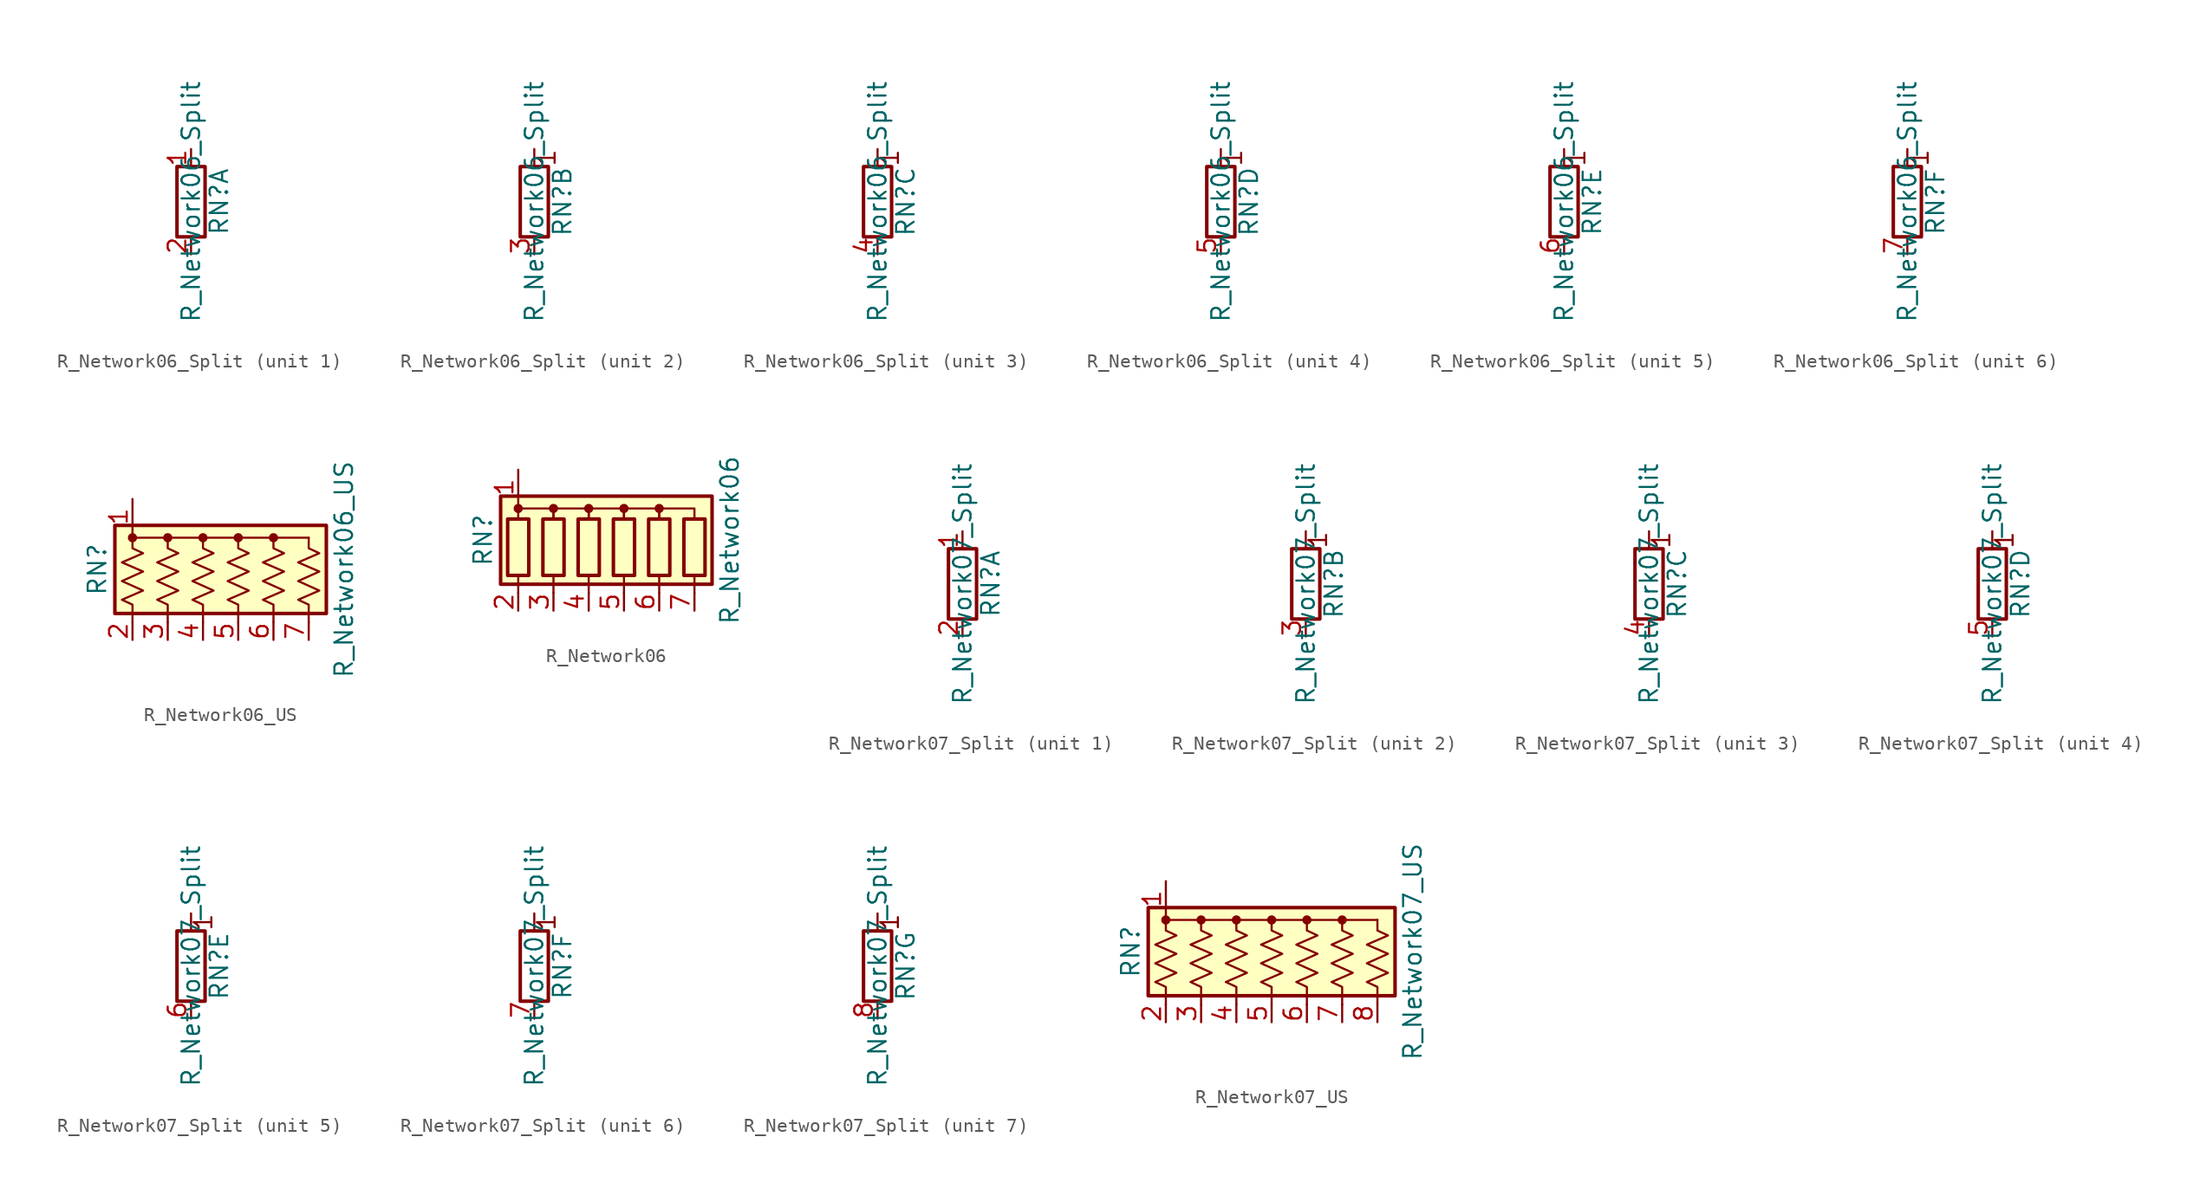
<source format=kicad_sym>
(kicad_symbol_lib
  (version 20241209)
  (generator "kicad_symbol_editor")
  (generator_version "9.0")
  (symbol "R_Network06_Split"
    (pin_names
      (offset 0)
      (hide yes))
    (property "Reference" "RN"
      (at 2.032 0 90)
      (effects (font (size 1.27 1.27))))
    (property "Value" "R_Network06_Split"
      (at 0 0 90)
      (effects (font (size 1.27 1.27))))
    (symbol "R_Network06_Split_0_1"
      (rectangle (start 1.016 2.54) (end -1.016 -2.54) (stroke (width 0.254) (type solid)) (fill (type none))))
    (symbol "R_Network06_Split_1_1"
      (pin passive line (at 0 3.81 270) (length 1.27) (name "R1.1" (effects (font (size 1.27 1.27)))) (number "1" (effects (font (size 1.27 1.27)))))
      (pin passive line (at 0 -3.81 90) (length 1.27) (name "R1.2" (effects (font (size 1.27 1.27)))) (number "2" (effects (font (size 1.27 1.27))))))
    (symbol "R_Network06_Split_2_1"
      (polyline (pts (xy 0 2.54) (xy 0 3.81)) (stroke (width 0) (type solid)) (fill (type none)))
      (text "1" (at 0.889 3.175 900) (effects (font (size 1.27 1.27))))
      (pin passive line (at 0 -3.81 90) (length 1.27) (name "R2.2" (effects (font (size 1.27 1.27)))) (number "3" (effects (font (size 1.27 1.27))))))
    (symbol "R_Network06_Split_3_1"
      (polyline (pts (xy 0 2.54) (xy 0 3.81)) (stroke (width 0) (type solid)) (fill (type none)))
      (text "1" (at 0.889 3.175 900) (effects (font (size 1.27 1.27))))
      (pin passive line (at 0 -3.81 90) (length 1.27) (name "R3.2" (effects (font (size 1.27 1.27)))) (number "4" (effects (font (size 1.27 1.27))))))
    (symbol "R_Network06_Split_4_1"
      (polyline (pts (xy 0 2.54) (xy 0 3.81)) (stroke (width 0) (type solid)) (fill (type none)))
      (text "1" (at 0.889 3.175 900) (effects (font (size 1.27 1.27))))
      (pin passive line (at 0 -3.81 90) (length 1.27) (name "R4.2" (effects (font (size 1.27 1.27)))) (number "5" (effects (font (size 1.27 1.27))))))
    (symbol "R_Network06_Split_5_1"
      (polyline (pts (xy 0 2.54) (xy 0 3.81)) (stroke (width 0) (type solid)) (fill (type none)))
      (text "1" (at 0.889 3.175 900) (effects (font (size 1.27 1.27))))
      (pin passive line (at 0 -3.81 90) (length 1.27) (name "R5.2" (effects (font (size 1.27 1.27)))) (number "6" (effects (font (size 1.27 1.27))))))
    (symbol "R_Network06_Split_6_1"
      (polyline (pts (xy 0 2.54) (xy 0 3.81)) (stroke (width 0) (type solid)) (fill (type none)))
      (text "1" (at 0.889 3.175 900) (effects (font (size 1.27 1.27))))
      (pin passive line (at 0 -3.81 90) (length 1.27) (name "R6.2" (effects (font (size 1.27 1.27)))) (number "7" (effects (font (size 1.27 1.27)))))))
  (symbol "R_Network06_US"
    (pin_names
      (offset 0)
      (hide yes))
    (property "Reference" "RN"
      (at -10.16 0 90)
      (effects (font (size 1.27 1.27))))
    (property "Value" "R_Network06_US"
      (at 7.62 0 90)
      (effects (font (size 1.27 1.27))))
    (symbol "R_Network06_US_0_1"
      (rectangle (start -8.89 -3.175) (end 6.35 3.175) (stroke (width 0.254) (type solid)) (fill (type background)))
      (circle (center -7.62 2.286) (radius 0.254) (stroke (width 0) (type solid)) (fill (type outline)))
      (polyline (pts (xy -7.62 2.286) (xy 5.08 2.286)) (stroke (width 0) (type solid)) (fill (type none)))
      (polyline (pts (xy -7.62 2.286) (xy -7.62 1.524) (xy -6.858 1.168) (xy -8.382 0.508) (xy -6.858 -0.152) (xy -8.382 -0.838) (xy -6.858 -1.524) (xy -8.382 -2.184) (xy -7.62 -2.54) (xy -7.62 -3.81)) (stroke (width 0) (type solid)) (fill (type none)))
      (circle (center -5.08 2.286) (radius 0.254) (stroke (width 0) (type solid)) (fill (type outline)))
      (polyline (pts (xy -5.08 2.286) (xy -5.08 1.524) (xy -4.318 1.168) (xy -5.842 0.508) (xy -4.318 -0.152) (xy -5.842 -0.838) (xy -4.318 -1.524) (xy -5.842 -2.184) (xy -5.08 -2.54) (xy -5.08 -3.81)) (stroke (width 0) (type solid)) (fill (type none)))
      (circle (center -2.54 2.286) (radius 0.254) (stroke (width 0) (type solid)) (fill (type outline)))
      (polyline (pts (xy -2.54 2.286) (xy -2.54 1.524) (xy -1.778 1.168) (xy -3.302 0.508) (xy -1.778 -0.152) (xy -3.302 -0.838) (xy -1.778 -1.524) (xy -3.302 -2.184) (xy -2.54 -2.54) (xy -2.54 -3.81)) (stroke (width 0) (type solid)) (fill (type none)))
      (circle (center 0 2.286) (radius 0.254) (stroke (width 0) (type solid)) (fill (type outline)))
      (polyline (pts (xy 0 2.286) (xy 0 1.524) (xy 0.762 1.168) (xy -0.762 0.508) (xy 0.762 -0.152) (xy -0.762 -0.838) (xy 0.762 -1.524) (xy -0.762 -2.184) (xy 0 -2.54) (xy 0 -3.81)) (stroke (width 0) (type solid)) (fill (type none)))
      (polyline (pts (xy 2.54 2.286) (xy 2.54 1.524) (xy 3.302 1.168) (xy 1.778 0.508) (xy 3.302 -0.152) (xy 1.778 -0.838) (xy 3.302 -1.524) (xy 1.778 -2.184) (xy 2.54 -2.54) (xy 2.54 -3.81)) (stroke (width 0) (type solid)) (fill (type none)))
      (circle (center 2.54 2.286) (radius 0.254) (stroke (width 0) (type solid)) (fill (type outline)))
      (polyline (pts (xy 5.08 2.286) (xy 5.08 1.524) (xy 5.842 1.168) (xy 4.318 0.508) (xy 5.842 -0.152) (xy 4.318 -0.838) (xy 5.842 -1.524) (xy 4.318 -2.184) (xy 5.08 -2.54) (xy 5.08 -3.81)) (stroke (width 0) (type solid)) (fill (type none))))
    (symbol "R_Network06_US_1_1"
      (pin passive line (at -7.62 5.08 270) (length 2.54) (name "common" (effects (font (size 1.27 1.27)))) (number "1" (effects (font (size 1.27 1.27)))))
      (pin passive line (at -7.62 -5.08 90) (length 1.27) (name "R1" (effects (font (size 1.27 1.27)))) (number "2" (effects (font (size 1.27 1.27)))))
      (pin passive line (at -5.08 -5.08 90) (length 1.27) (name "R2" (effects (font (size 1.27 1.27)))) (number "3" (effects (font (size 1.27 1.27)))))
      (pin passive line (at -2.54 -5.08 90) (length 1.27) (name "R3" (effects (font (size 1.27 1.27)))) (number "4" (effects (font (size 1.27 1.27)))))
      (pin passive line (at 0 -5.08 90) (length 1.27) (name "R4" (effects (font (size 1.27 1.27)))) (number "5" (effects (font (size 1.27 1.27)))))
      (pin passive line (at 2.54 -5.08 90) (length 1.27) (name "R5" (effects (font (size 1.27 1.27)))) (number "6" (effects (font (size 1.27 1.27)))))
      (pin passive line (at 5.08 -5.08 90) (length 1.27) (name "R6" (effects (font (size 1.27 1.27)))) (number "7" (effects (font (size 1.27 1.27)))))))
  (symbol "R_Network06"
    (pin_names
      (offset 0)
      (hide yes))
    (property "Reference" "RN"
      (at -10.16 0 90)
      (effects (font (size 1.27 1.27))))
    (property "Value" "R_Network06"
      (at 7.62 0 90)
      (effects (font (size 1.27 1.27))))
    (symbol "R_Network06_0_1"
      (rectangle (start -8.89 -3.175) (end 6.35 3.175) (stroke (width 0.254) (type solid)) (fill (type background)))
      (rectangle (start -8.382 1.524) (end -6.858 -2.54) (stroke (width 0.254) (type solid)) (fill (type none)))
      (circle (center -7.62 2.286) (radius 0.254) (stroke (width 0) (type solid)) (fill (type outline)))
      (polyline (pts (xy -7.62 1.524) (xy -7.62 2.286) (xy -5.08 2.286) (xy -5.08 1.524)) (stroke (width 0) (type solid)) (fill (type none)))
      (polyline (pts (xy -7.62 -2.54) (xy -7.62 -3.81)) (stroke (width 0) (type solid)) (fill (type none)))
      (rectangle (start -5.842 1.524) (end -4.318 -2.54) (stroke (width 0.254) (type solid)) (fill (type none)))
      (circle (center -5.08 2.286) (radius 0.254) (stroke (width 0) (type solid)) (fill (type outline)))
      (polyline (pts (xy -5.08 1.524) (xy -5.08 2.286) (xy -2.54 2.286) (xy -2.54 1.524)) (stroke (width 0) (type solid)) (fill (type none)))
      (polyline (pts (xy -5.08 -2.54) (xy -5.08 -3.81)) (stroke (width 0) (type solid)) (fill (type none)))
      (rectangle (start -3.302 1.524) (end -1.778 -2.54) (stroke (width 0.254) (type solid)) (fill (type none)))
      (circle (center -2.54 2.286) (radius 0.254) (stroke (width 0) (type solid)) (fill (type outline)))
      (polyline (pts (xy -2.54 1.524) (xy -2.54 2.286) (xy 0 2.286) (xy 0 1.524)) (stroke (width 0) (type solid)) (fill (type none)))
      (polyline (pts (xy -2.54 -2.54) (xy -2.54 -3.81)) (stroke (width 0) (type solid)) (fill (type none)))
      (rectangle (start -0.762 1.524) (end 0.762 -2.54) (stroke (width 0.254) (type solid)) (fill (type none)))
      (circle (center 0 2.286) (radius 0.254) (stroke (width 0) (type solid)) (fill (type outline)))
      (polyline (pts (xy 0 1.524) (xy 0 2.286) (xy 2.54 2.286) (xy 2.54 1.524)) (stroke (width 0) (type solid)) (fill (type none)))
      (polyline (pts (xy 0 -2.54) (xy 0 -3.81)) (stroke (width 0) (type solid)) (fill (type none)))
      (rectangle (start 1.778 1.524) (end 3.302 -2.54) (stroke (width 0.254) (type solid)) (fill (type none)))
      (circle (center 2.54 2.286) (radius 0.254) (stroke (width 0) (type solid)) (fill (type outline)))
      (polyline (pts (xy 2.54 1.524) (xy 2.54 2.286) (xy 5.08 2.286) (xy 5.08 1.524)) (stroke (width 0) (type solid)) (fill (type none)))
      (polyline (pts (xy 2.54 -2.54) (xy 2.54 -3.81)) (stroke (width 0) (type solid)) (fill (type none)))
      (rectangle (start 4.318 1.524) (end 5.842 -2.54) (stroke (width 0.254) (type solid)) (fill (type none)))
      (polyline (pts (xy 5.08 -2.54) (xy 5.08 -3.81)) (stroke (width 0) (type solid)) (fill (type none))))
    (symbol "R_Network06_1_1"
      (pin passive line (at -7.62 5.08 270) (length 2.54) (name "common" (effects (font (size 1.27 1.27)))) (number "1" (effects (font (size 1.27 1.27)))))
      (pin passive line (at -7.62 -5.08 90) (length 1.27) (name "R1" (effects (font (size 1.27 1.27)))) (number "2" (effects (font (size 1.27 1.27)))))
      (pin passive line (at -5.08 -5.08 90) (length 1.27) (name "R2" (effects (font (size 1.27 1.27)))) (number "3" (effects (font (size 1.27 1.27)))))
      (pin passive line (at -2.54 -5.08 90) (length 1.27) (name "R3" (effects (font (size 1.27 1.27)))) (number "4" (effects (font (size 1.27 1.27)))))
      (pin passive line (at 0 -5.08 90) (length 1.27) (name "R4" (effects (font (size 1.27 1.27)))) (number "5" (effects (font (size 1.27 1.27)))))
      (pin passive line (at 2.54 -5.08 90) (length 1.27) (name "R5" (effects (font (size 1.27 1.27)))) (number "6" (effects (font (size 1.27 1.27)))))
      (pin passive line (at 5.08 -5.08 90) (length 1.27) (name "R6" (effects (font (size 1.27 1.27)))) (number "7" (effects (font (size 1.27 1.27)))))))
  (symbol "R_Network07_Split"
    (pin_names
      (offset 0)
      (hide yes))
    (property "Reference" "RN"
      (at 2.032 0 90)
      (effects (font (size 1.27 1.27))))
    (property "Value" "R_Network07_Split"
      (at 0 0 90)
      (effects (font (size 1.27 1.27))))
    (symbol "R_Network07_Split_0_1"
      (rectangle (start 1.016 2.54) (end -1.016 -2.54) (stroke (width 0.254) (type solid)) (fill (type none))))
    (symbol "R_Network07_Split_1_1"
      (pin passive line (at 0 3.81 270) (length 1.27) (name "R1.1" (effects (font (size 1.27 1.27)))) (number "1" (effects (font (size 1.27 1.27)))))
      (pin passive line (at 0 -3.81 90) (length 1.27) (name "R1.2" (effects (font (size 1.27 1.27)))) (number "2" (effects (font (size 1.27 1.27))))))
    (symbol "R_Network07_Split_2_1"
      (polyline (pts (xy 0 2.54) (xy 0 3.81)) (stroke (width 0) (type solid)) (fill (type none)))
      (text "1" (at 0.889 3.175 900) (effects (font (size 1.27 1.27))))
      (pin passive line (at 0 -3.81 90) (length 1.27) (name "R2.2" (effects (font (size 1.27 1.27)))) (number "3" (effects (font (size 1.27 1.27))))))
    (symbol "R_Network07_Split_3_1"
      (polyline (pts (xy 0 2.54) (xy 0 3.81)) (stroke (width 0) (type solid)) (fill (type none)))
      (text "1" (at 0.889 3.175 900) (effects (font (size 1.27 1.27))))
      (pin passive line (at 0 -3.81 90) (length 1.27) (name "R3.2" (effects (font (size 1.27 1.27)))) (number "4" (effects (font (size 1.27 1.27))))))
    (symbol "R_Network07_Split_4_1"
      (polyline (pts (xy 0 2.54) (xy 0 3.81)) (stroke (width 0) (type solid)) (fill (type none)))
      (text "1" (at 0.889 3.175 900) (effects (font (size 1.27 1.27))))
      (pin passive line (at 0 -3.81 90) (length 1.27) (name "R4.2" (effects (font (size 1.27 1.27)))) (number "5" (effects (font (size 1.27 1.27))))))
    (symbol "R_Network07_Split_5_1"
      (polyline (pts (xy 0 2.54) (xy 0 3.81)) (stroke (width 0) (type solid)) (fill (type none)))
      (text "1" (at 0.889 3.175 900) (effects (font (size 1.27 1.27))))
      (pin passive line (at 0 -3.81 90) (length 1.27) (name "R5.2" (effects (font (size 1.27 1.27)))) (number "6" (effects (font (size 1.27 1.27))))))
    (symbol "R_Network07_Split_6_1"
      (polyline (pts (xy 0 2.54) (xy 0 3.81)) (stroke (width 0) (type solid)) (fill (type none)))
      (text "1" (at 0.889 3.175 900) (effects (font (size 1.27 1.27))))
      (pin passive line (at 0 -3.81 90) (length 1.27) (name "R6.2" (effects (font (size 1.27 1.27)))) (number "7" (effects (font (size 1.27 1.27))))))
    (symbol "R_Network07_Split_7_1"
      (polyline (pts (xy 0 2.54) (xy 0 3.81)) (stroke (width 0) (type solid)) (fill (type none)))
      (text "1" (at 0.889 3.175 900) (effects (font (size 1.27 1.27))))
      (pin passive line (at 0 -3.81 90) (length 1.27) (name "R7.2" (effects (font (size 1.27 1.27)))) (number "8" (effects (font (size 1.27 1.27)))))))
  (symbol "R_Network07_US"
    (pin_names
      (offset 0)
      (hide yes))
    (property "Reference" "RN"
      (at -10.16 0 90)
      (effects (font (size 1.27 1.27))))
    (property "Value" "R_Network07_US"
      (at 10.16 0 90)
      (effects (font (size 1.27 1.27))))
    (symbol "R_Network07_US_0_1"
      (rectangle (start -8.89 -3.175) (end 8.89 3.175) (stroke (width 0.254) (type solid)) (fill (type background)))
      (circle (center -7.62 2.286) (radius 0.254) (stroke (width 0) (type solid)) (fill (type outline)))
      (polyline (pts (xy -7.62 2.286) (xy 7.62 2.286)) (stroke (width 0) (type solid)) (fill (type none)))
      (polyline (pts (xy -7.62 2.286) (xy -7.62 1.524) (xy -6.858 1.168) (xy -8.382 0.508) (xy -6.858 -0.152) (xy -8.382 -0.838) (xy -6.858 -1.524) (xy -8.382 -2.184) (xy -7.62 -2.54) (xy -7.62 -3.81)) (stroke (width 0) (type solid)) (fill (type none)))
      (circle (center -5.08 2.286) (radius 0.254) (stroke (width 0) (type solid)) (fill (type outline)))
      (polyline (pts (xy -5.08 2.286) (xy -5.08 1.524) (xy -4.318 1.168) (xy -5.842 0.508) (xy -4.318 -0.152) (xy -5.842 -0.838) (xy -4.318 -1.524) (xy -5.842 -2.184) (xy -5.08 -2.54) (xy -5.08 -3.81)) (stroke (width 0) (type solid)) (fill (type none)))
      (circle (center -2.54 2.286) (radius 0.254) (stroke (width 0) (type solid)) (fill (type outline)))
      (polyline (pts (xy -2.54 2.286) (xy -2.54 1.524) (xy -1.778 1.168) (xy -3.302 0.508) (xy -1.778 -0.152) (xy -3.302 -0.838) (xy -1.778 -1.524) (xy -3.302 -2.184) (xy -2.54 -2.54) (xy -2.54 -3.81)) (stroke (width 0) (type solid)) (fill (type none)))
      (circle (center 0 2.286) (radius 0.254) (stroke (width 0) (type solid)) (fill (type outline)))
      (polyline (pts (xy 0 2.286) (xy 0 1.524) (xy 0.762 1.168) (xy -0.762 0.508) (xy 0.762 -0.152) (xy -0.762 -0.838) (xy 0.762 -1.524) (xy -0.762 -2.184) (xy 0 -2.54) (xy 0 -3.81)) (stroke (width 0) (type solid)) (fill (type none)))
      (polyline (pts (xy 2.54 2.286) (xy 2.54 1.524) (xy 3.302 1.168) (xy 1.778 0.508) (xy 3.302 -0.152) (xy 1.778 -0.838) (xy 3.302 -1.524) (xy 1.778 -2.184) (xy 2.54 -2.54) (xy 2.54 -3.81)) (stroke (width 0) (type solid)) (fill (type none)))
      (circle (center 2.54 2.286) (radius 0.254) (stroke (width 0) (type solid)) (fill (type outline)))
      (polyline (pts (xy 5.08 2.286) (xy 5.08 1.524) (xy 5.842 1.168) (xy 4.318 0.508) (xy 5.842 -0.152) (xy 4.318 -0.838) (xy 5.842 -1.524) (xy 4.318 -2.184) (xy 5.08 -2.54) (xy 5.08 -3.81)) (stroke (width 0) (type solid)) (fill (type none)))
      (circle (center 5.08 2.286) (radius 0.254) (stroke (width 0) (type solid)) (fill (type outline)))
      (polyline (pts (xy 7.62 2.286) (xy 7.62 1.524) (xy 8.382 1.168) (xy 6.858 0.508) (xy 8.382 -0.152) (xy 6.858 -0.838) (xy 8.382 -1.524) (xy 6.858 -2.184) (xy 7.62 -2.54) (xy 7.62 -3.81)) (stroke (width 0) (type solid)) (fill (type none))))
    (symbol "R_Network07_US_1_1"
      (pin passive line (at -7.62 5.08 270) (length 2.54) (name "common" (effects (font (size 1.27 1.27)))) (number "1" (effects (font (size 1.27 1.27)))))
      (pin passive line (at -7.62 -5.08 90) (length 1.27) (name "R1" (effects (font (size 1.27 1.27)))) (number "2" (effects (font (size 1.27 1.27)))))
      (pin passive line (at -5.08 -5.08 90) (length 1.27) (name "R2" (effects (font (size 1.27 1.27)))) (number "3" (effects (font (size 1.27 1.27)))))
      (pin passive line (at -2.54 -5.08 90) (length 1.27) (name "R3" (effects (font (size 1.27 1.27)))) (number "4" (effects (font (size 1.27 1.27)))))
      (pin passive line (at 0 -5.08 90) (length 1.27) (name "R4" (effects (font (size 1.27 1.27)))) (number "5" (effects (font (size 1.27 1.27)))))
      (pin passive line (at 2.54 -5.08 90) (length 1.27) (name "R5" (effects (font (size 1.27 1.27)))) (number "6" (effects (font (size 1.27 1.27)))))
      (pin passive line (at 5.08 -5.08 90) (length 1.27) (name "R6" (effects (font (size 1.27 1.27)))) (number "7" (effects (font (size 1.27 1.27)))))
      (pin passive line (at 7.62 -5.08 90) (length 1.27) (name "R7" (effects (font (size 1.27 1.27)))) (number "8" (effects (font (size 1.27 1.27))))))))
</source>
